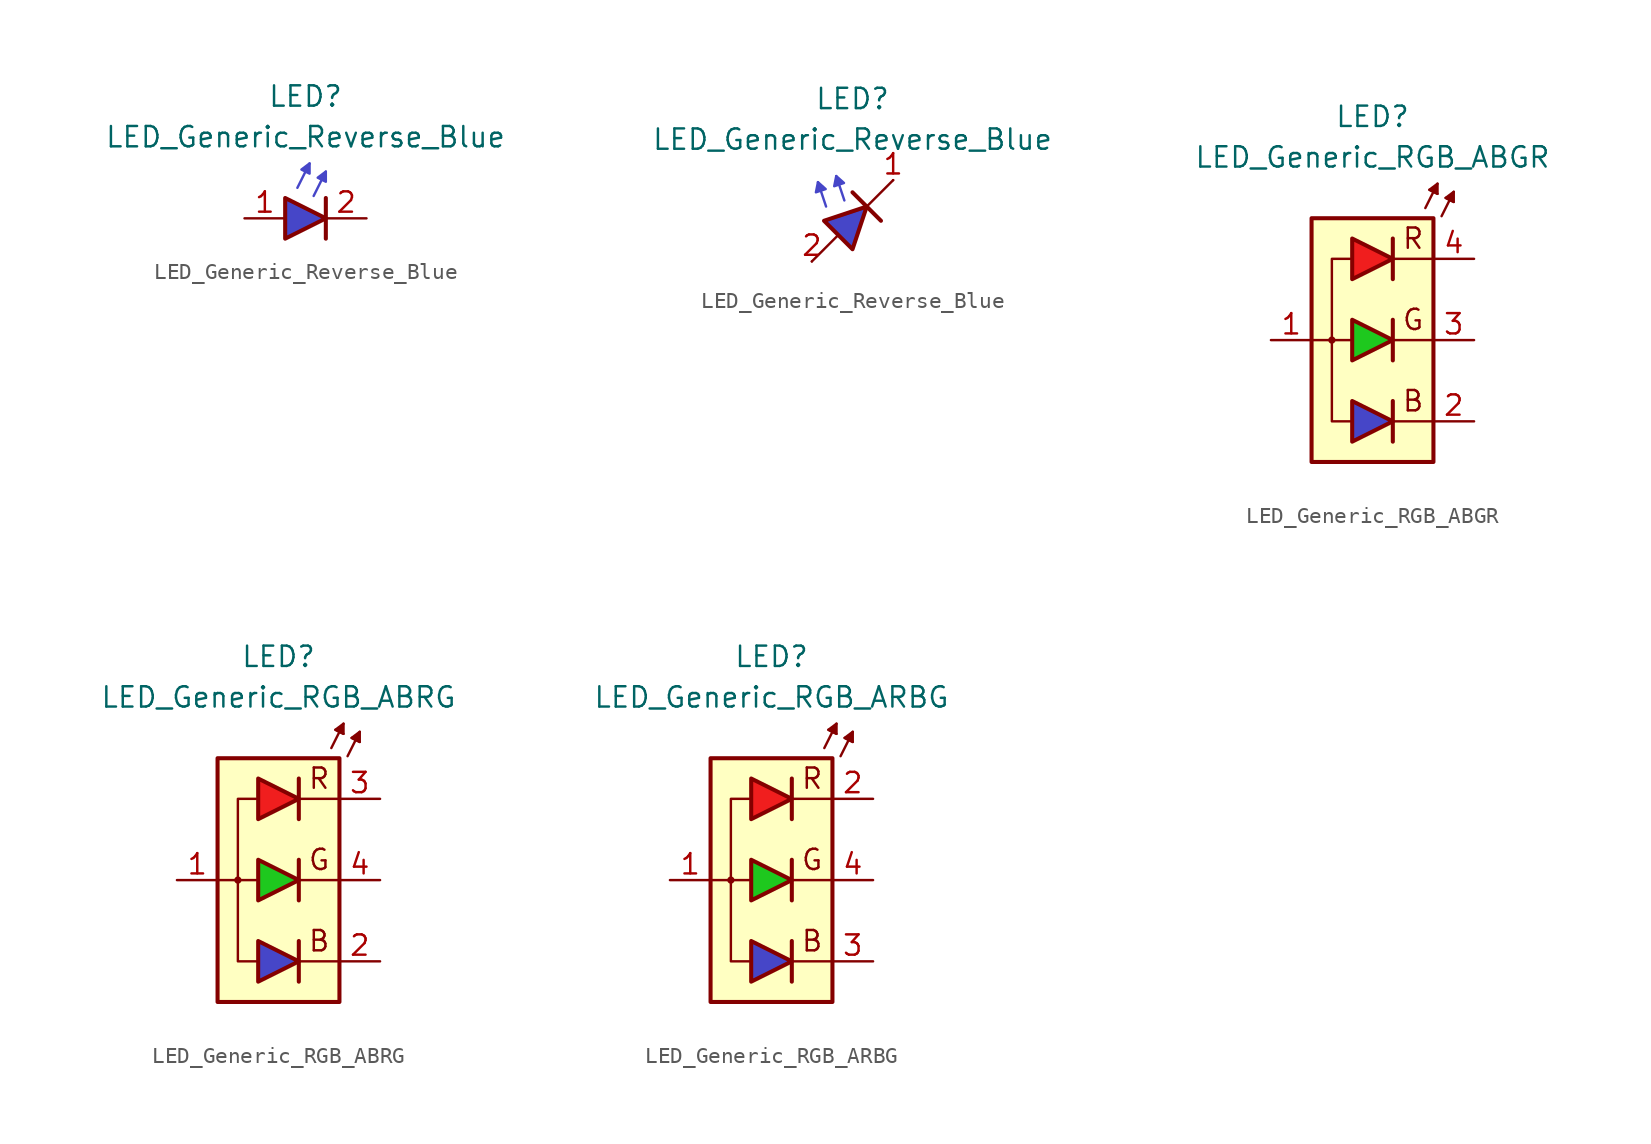
<source format=kicad_sym>
(kicad_symbol_lib
  (version 20231120)
  (generator "kicad_symbol_editor")
  (generator_version "8.0")
  (symbol "LED_Generic_Reverse_Blue"
    (pin_names
      (offset 1.016) hide)
    (property "Reference" "LED"
      (at 0 7.62 0)
      (effects (font (size 1.27 1.27))))
    (property "Value" "LED_Generic_Reverse_Blue"
      (at 0 5.08 0)
      (effects (font (size 1.27 1.27))))
    (symbol "LED_Generic_Reverse_Blue_0_1"
      (polyline (pts (xy -0.508 1.905) (xy 0.254 3.429)) (stroke (width 0.152) (type default) (color 70 70 200 1)) (fill (type none)))
      (polyline (pts (xy 0.508 1.397) (xy 1.27 2.921)) (stroke (width 0.152) (type default) (color 70 70 200 1)) (fill (type none)))
      (polyline (pts (xy 1.27 1.27) (xy 1.27 -1.27)) (stroke (width 0.254) (type default)) (fill (type none)))
      (polyline (pts (xy -1.27 1.27) (xy -1.27 -1.27) (xy 1.27 0) (xy -1.27 1.27)) (stroke (width 0.254) (type default)) (fill (type color) (color 70 70 200 1)))
      (polyline (pts (xy 0.254 2.794) (xy -0.254 3.048) (xy 0.254 3.429) (xy 0.254 2.794)) (stroke (width 0) (type solid) (color 70 70 200 1)) (fill (type outline)))
      (polyline (pts (xy 1.27 2.286) (xy 0.762 2.54) (xy 1.27 2.921) (xy 1.27 2.286)) (stroke (width 0.152) (type default) (color 70 70 200 1)) (fill (type outline))))
    (symbol "LED_Generic_Reverse_Blue_0_2"
      (polyline (pts (xy -2.54 -2.54) (xy -0.889 -0.889)) (stroke (width 0) (type default)) (fill (type none)))
      (polyline (pts (xy -1.651 0.889) (xy -2.159 2.413)) (stroke (width 0) (type default) (color 70 70 200 1)) (fill (type none)))
      (polyline (pts (xy -0.508 1.27) (xy -1.016 2.794)) (stroke (width 0) (type default) (color 70 70 200 1)) (fill (type none)))
      (polyline (pts (xy 0 1.778) (xy 1.778 0)) (stroke (width 0.254) (type default)) (fill (type none)))
      (polyline (pts (xy 0.889 0.889) (xy 2.54 2.54)) (stroke (width 0) (type default)) (fill (type none)))
      (polyline (pts (xy -0.889 -0.889) (xy -1.778 0) (xy 0.889 0.889) (xy 0 -1.778) (xy -0.889 -0.889)) (stroke (width 0.254) (type default)) (fill (type color) (color 70 70 200 1))))
    (symbol "LED_Generic_Reverse_Blue_1_1"
      (pin passive line (at -3.81 0 0) (length 2.54) (name "A" (effects (font (size 1.27 1.27)))) (number "1" (effects (font (size 1.27 1.27)))))
      (pin passive line (at 3.81 0 180) (length 2.54) (name "K" (effects (font (size 1.27 1.27)))) (number "2" (effects (font (size 1.27 1.27))))))
    (symbol "LED_Generic_Reverse_Blue_1_2"
      (polyline (pts (xy -2.159 2.413) (xy -2.286 1.778) (xy -1.676 1.981) (xy -2.159 2.413)) (stroke (width 0) (type default) (color 70 70 200 1)) (fill (type outline)))
      (polyline (pts (xy -1.016 2.794) (xy -1.143 2.159) (xy -0.533 2.362) (xy -1.016 2.794)) (stroke (width 0) (type default) (color 70 70 200 1)) (fill (type outline)))
      (pin passive line (at 2.54 2.54 180) (length 0) (name "K" (effects (font (size 1.27 1.27)))) (number "1" (effects (font (size 1.27 1.27)))))
      (pin passive line (at -2.54 -2.54 0) (length 0) (name "A" (effects (font (size 1.27 1.27)))) (number "2" (effects (font (size 1.27 1.27)))))))
  (symbol "LED_Generic_RGB_ABGR"
    (pin_names
      (offset 1.016) hide)
    (property "Reference" "LED"
      (at 0 13.97 0)
      (effects (font (size 1.27 1.27))))
    (property "Value" "LED_Generic_RGB_ABGR"
      (at 0 11.43 0)
      (effects (font (size 1.27 1.27))))
    (symbol "LED_Generic_RGB_ABGR_0_0"
      (polyline (pts (xy -1.397 0) (xy -3.81 0)) (stroke (width 0.152) (type default)) (fill (type none)))
      (polyline (pts (xy 3.81 -5.08) (xy 1.27 -5.08)) (stroke (width 0.152) (type default)) (fill (type none)))
      (polyline (pts (xy 3.81 0) (xy 1.27 0)) (stroke (width 0.152) (type default)) (fill (type none)))
      (polyline (pts (xy 3.81 5.08) (xy 1.27 5.08)) (stroke (width 0.152) (type default)) (fill (type none)))
      (polyline (pts (xy -1.397 5.08) (xy -2.54 5.08) (xy -2.54 -5.08) (xy -1.397 -5.08)) (stroke (width 0.152) (type default)) (fill (type none)))
      (text "B" (at 2.54 -3.81 0) (effects (font (size 1.27 1.27))))
      (text "G" (at 2.54 1.27 0) (effects (font (size 1.27 1.27))))
      (text "R" (at 2.54 6.35 0) (effects (font (size 1.27 1.27)))))
    (symbol "LED_Generic_RGB_ABGR_0_1"
      (rectangle (start -3.81 7.62) (end 3.81 -7.62) (stroke (width 0.254) (type default)) (fill (type background)))
      (circle (center -2.54 0) (radius 0.152) (stroke (width 0.152) (type default)) (fill (type none)))
      (polyline (pts (xy 1.27 -3.81) (xy 1.27 -6.35)) (stroke (width 0.254) (type default)) (fill (type none)))
      (polyline (pts (xy 1.27 1.27) (xy 1.27 -1.27)) (stroke (width 0.254) (type default)) (fill (type none)))
      (polyline (pts (xy 1.27 6.35) (xy 1.27 3.81)) (stroke (width 0.254) (type default)) (fill (type none)))
      (polyline (pts (xy 3.302 8.255) (xy 4.064 9.779)) (stroke (width 0.152) (type default)) (fill (type none)))
      (polyline (pts (xy 3.81 9.271) (xy 3.556 9.398)) (stroke (width 0.152) (type default)) (fill (type none)))
      (polyline (pts (xy 3.81 9.271) (xy 4.064 9.144)) (stroke (width 0.152) (type default)) (fill (type none)))
      (polyline (pts (xy 4.318 7.747) (xy 5.08 9.271)) (stroke (width 0.152) (type default)) (fill (type none)))
      (polyline (pts (xy 4.826 8.763) (xy 4.572 8.89)) (stroke (width 0.152) (type default)) (fill (type none)))
      (polyline (pts (xy 4.826 8.763) (xy 5.08 8.636)) (stroke (width 0.152) (type default)) (fill (type none)))
      (polyline (pts (xy -1.27 -3.81) (xy -1.27 -6.35) (xy 1.27 -5.08) (xy -1.27 -3.81)) (stroke (width 0.254) (type default)) (fill (type color) (color 70 70 200 1)))
      (polyline (pts (xy -1.27 1.27) (xy -1.27 -1.27) (xy 1.27 0) (xy -1.27 1.27)) (stroke (width 0.254) (type default)) (fill (type color) (color 30 200 30 1)))
      (polyline (pts (xy -1.27 6.35) (xy -1.27 3.81) (xy 1.27 5.08) (xy -1.27 6.35)) (stroke (width 0.254) (type default)) (fill (type color) (color 240 30 30 1)))
      (polyline (pts (xy 4.064 9.144) (xy 3.556 9.398) (xy 4.064 9.779) (xy 4.064 9.144)) (stroke (width 0.152) (type default)) (fill (type outline)))
      (polyline (pts (xy 5.08 8.636) (xy 4.572 8.89) (xy 5.08 9.271) (xy 5.08 8.636)) (stroke (width 0.152) (type default)) (fill (type outline))))
    (symbol "LED_Generic_RGB_ABGR_1_1"
      (pin passive line (at -6.35 0 0) (length 2.54) (name "A" (effects (font (size 1.27 1.27)))) (number "1" (effects (font (size 1.27 1.27)))))
      (pin passive line (at 6.35 -5.08 180) (length 2.54) (name "B" (effects (font (size 1.27 1.27)))) (number "2" (effects (font (size 1.27 1.27)))))
      (pin passive line (at 6.35 0 180) (length 2.54) (name "G" (effects (font (size 1.27 1.27)))) (number "3" (effects (font (size 1.27 1.27)))))
      (pin passive line (at 6.35 5.08 180) (length 2.54) (name "R" (effects (font (size 1.27 1.27)))) (number "4" (effects (font (size 1.27 1.27)))))))
  (symbol "LED_Generic_RGB_ABRG"
    (pin_names
      (offset 1.016) hide)
    (property "Reference" "LED"
      (at 0 13.97 0)
      (effects (font (size 1.27 1.27))))
    (property "Value" "LED_Generic_RGB_ABRG"
      (at 0 11.43 0)
      (effects (font (size 1.27 1.27))))
    (symbol "LED_Generic_RGB_ABRG_0_0"
      (polyline (pts (xy -1.397 0) (xy -3.81 0)) (stroke (width 0.152) (type default)) (fill (type none)))
      (polyline (pts (xy 3.81 -5.08) (xy 1.27 -5.08)) (stroke (width 0.152) (type default)) (fill (type none)))
      (polyline (pts (xy 3.81 0) (xy 1.27 0)) (stroke (width 0.152) (type default)) (fill (type none)))
      (polyline (pts (xy 3.81 5.08) (xy 1.27 5.08)) (stroke (width 0.152) (type default)) (fill (type none)))
      (polyline (pts (xy -1.397 5.08) (xy -2.54 5.08) (xy -2.54 -5.08) (xy -1.397 -5.08)) (stroke (width 0.152) (type default)) (fill (type none)))
      (text "B" (at 2.54 -3.81 0) (effects (font (size 1.27 1.27))))
      (text "G" (at 2.54 1.27 0) (effects (font (size 1.27 1.27))))
      (text "R" (at 2.54 6.35 0) (effects (font (size 1.27 1.27)))))
    (symbol "LED_Generic_RGB_ABRG_0_1"
      (rectangle (start -3.81 7.62) (end 3.81 -7.62) (stroke (width 0.254) (type default)) (fill (type background)))
      (circle (center -2.54 0) (radius 0.152) (stroke (width 0.152) (type default)) (fill (type none)))
      (polyline (pts (xy 1.27 -3.81) (xy 1.27 -6.35)) (stroke (width 0.254) (type default)) (fill (type none)))
      (polyline (pts (xy 1.27 1.27) (xy 1.27 -1.27)) (stroke (width 0.254) (type default)) (fill (type none)))
      (polyline (pts (xy 1.27 6.35) (xy 1.27 3.81)) (stroke (width 0.254) (type default)) (fill (type none)))
      (polyline (pts (xy 3.302 8.255) (xy 4.064 9.779)) (stroke (width 0.152) (type default)) (fill (type none)))
      (polyline (pts (xy 3.81 9.271) (xy 3.556 9.398)) (stroke (width 0.152) (type default)) (fill (type none)))
      (polyline (pts (xy 3.81 9.271) (xy 4.064 9.144)) (stroke (width 0.152) (type default)) (fill (type none)))
      (polyline (pts (xy 4.318 7.747) (xy 5.08 9.271)) (stroke (width 0.152) (type default)) (fill (type none)))
      (polyline (pts (xy 4.826 8.763) (xy 4.572 8.89)) (stroke (width 0.152) (type default)) (fill (type none)))
      (polyline (pts (xy 4.826 8.763) (xy 5.08 8.636)) (stroke (width 0.152) (type default)) (fill (type none)))
      (polyline (pts (xy -1.27 -3.81) (xy -1.27 -6.35) (xy 1.27 -5.08) (xy -1.27 -3.81)) (stroke (width 0.254) (type default)) (fill (type color) (color 70 70 200 1)))
      (polyline (pts (xy -1.27 1.27) (xy -1.27 -1.27) (xy 1.27 0) (xy -1.27 1.27)) (stroke (width 0.254) (type default)) (fill (type color) (color 30 200 30 1)))
      (polyline (pts (xy -1.27 6.35) (xy -1.27 3.81) (xy 1.27 5.08) (xy -1.27 6.35)) (stroke (width 0.254) (type default)) (fill (type color) (color 240 30 30 1)))
      (polyline (pts (xy 4.064 9.144) (xy 3.556 9.398) (xy 4.064 9.779) (xy 4.064 9.144)) (stroke (width 0.152) (type default)) (fill (type outline)))
      (polyline (pts (xy 5.08 8.636) (xy 4.572 8.89) (xy 5.08 9.271) (xy 5.08 8.636)) (stroke (width 0.152) (type default)) (fill (type outline))))
    (symbol "LED_Generic_RGB_ABRG_1_1"
      (pin passive line (at -6.35 0 0) (length 2.54) (name "A" (effects (font (size 1.27 1.27)))) (number "1" (effects (font (size 1.27 1.27)))))
      (pin passive line (at 6.35 -5.08 180) (length 2.54) (name "B" (effects (font (size 1.27 1.27)))) (number "2" (effects (font (size 1.27 1.27)))))
      (pin passive line (at 6.35 5.08 180) (length 2.54) (name "R" (effects (font (size 1.27 1.27)))) (number "3" (effects (font (size 1.27 1.27)))))
      (pin passive line (at 6.35 0 180) (length 2.54) (name "G" (effects (font (size 1.27 1.27)))) (number "4" (effects (font (size 1.27 1.27)))))))
  (symbol "LED_Generic_RGB_ARBG"
    (pin_names
      (offset 1.016) hide)
    (property "Reference" "LED"
      (at 0 13.97 0)
      (effects (font (size 1.27 1.27))))
    (property "Value" "LED_Generic_RGB_ARBG"
      (at 0 11.43 0)
      (effects (font (size 1.27 1.27))))
    (symbol "LED_Generic_RGB_ARBG_0_0"
      (polyline (pts (xy -1.397 0) (xy -3.81 0)) (stroke (width 0.152) (type default)) (fill (type none)))
      (polyline (pts (xy 3.81 -5.08) (xy 1.27 -5.08)) (stroke (width 0.152) (type default)) (fill (type none)))
      (polyline (pts (xy 3.81 0) (xy 1.27 0)) (stroke (width 0.152) (type default)) (fill (type none)))
      (polyline (pts (xy 3.81 5.08) (xy 1.27 5.08)) (stroke (width 0.152) (type default)) (fill (type none)))
      (polyline (pts (xy -1.397 5.08) (xy -2.54 5.08) (xy -2.54 -5.08) (xy -1.397 -5.08)) (stroke (width 0.152) (type default)) (fill (type none)))
      (text "B" (at 2.54 -3.81 0) (effects (font (size 1.27 1.27))))
      (text "G" (at 2.54 1.27 0) (effects (font (size 1.27 1.27))))
      (text "R" (at 2.54 6.35 0) (effects (font (size 1.27 1.27)))))
    (symbol "LED_Generic_RGB_ARBG_0_1"
      (rectangle (start -3.81 7.62) (end 3.81 -7.62) (stroke (width 0.254) (type default)) (fill (type background)))
      (circle (center -2.54 0) (radius 0.152) (stroke (width 0.152) (type default)) (fill (type none)))
      (polyline (pts (xy 1.27 -3.81) (xy 1.27 -6.35)) (stroke (width 0.254) (type default)) (fill (type none)))
      (polyline (pts (xy 1.27 1.27) (xy 1.27 -1.27)) (stroke (width 0.254) (type default)) (fill (type none)))
      (polyline (pts (xy 1.27 6.35) (xy 1.27 3.81)) (stroke (width 0.254) (type default)) (fill (type none)))
      (polyline (pts (xy 3.302 8.255) (xy 4.064 9.779)) (stroke (width 0.152) (type default)) (fill (type none)))
      (polyline (pts (xy 3.81 9.271) (xy 3.556 9.398)) (stroke (width 0.152) (type default)) (fill (type none)))
      (polyline (pts (xy 3.81 9.271) (xy 4.064 9.144)) (stroke (width 0.152) (type default)) (fill (type none)))
      (polyline (pts (xy 4.318 7.747) (xy 5.08 9.271)) (stroke (width 0.152) (type default)) (fill (type none)))
      (polyline (pts (xy 4.826 8.763) (xy 4.572 8.89)) (stroke (width 0.152) (type default)) (fill (type none)))
      (polyline (pts (xy 4.826 8.763) (xy 5.08 8.636)) (stroke (width 0.152) (type default)) (fill (type none)))
      (polyline (pts (xy -1.27 -3.81) (xy -1.27 -6.35) (xy 1.27 -5.08) (xy -1.27 -3.81)) (stroke (width 0.254) (type default)) (fill (type color) (color 70 70 200 1)))
      (polyline (pts (xy -1.27 1.27) (xy -1.27 -1.27) (xy 1.27 0) (xy -1.27 1.27)) (stroke (width 0.254) (type default)) (fill (type color) (color 30 200 30 1)))
      (polyline (pts (xy -1.27 6.35) (xy -1.27 3.81) (xy 1.27 5.08) (xy -1.27 6.35)) (stroke (width 0.254) (type default)) (fill (type color) (color 240 30 30 1)))
      (polyline (pts (xy 4.064 9.144) (xy 3.556 9.398) (xy 4.064 9.779) (xy 4.064 9.144)) (stroke (width 0.152) (type default)) (fill (type outline)))
      (polyline (pts (xy 5.08 8.636) (xy 4.572 8.89) (xy 5.08 9.271) (xy 5.08 8.636)) (stroke (width 0.152) (type default)) (fill (type outline))))
    (symbol "LED_Generic_RGB_ARBG_1_1"
      (pin passive line (at -6.35 0 0) (length 2.54) (name "A" (effects (font (size 1.27 1.27)))) (number "1" (effects (font (size 1.27 1.27)))))
      (pin passive line (at 6.35 5.08 180) (length 2.54) (name "R" (effects (font (size 1.27 1.27)))) (number "2" (effects (font (size 1.27 1.27)))))
      (pin passive line (at 6.35 -5.08 180) (length 2.54) (name "B" (effects (font (size 1.27 1.27)))) (number "3" (effects (font (size 1.27 1.27)))))
      (pin passive line (at 6.35 0 180) (length 2.54) (name "G" (effects (font (size 1.27 1.27)))) (number "4" (effects (font (size 1.27 1.27))))))))
</source>
